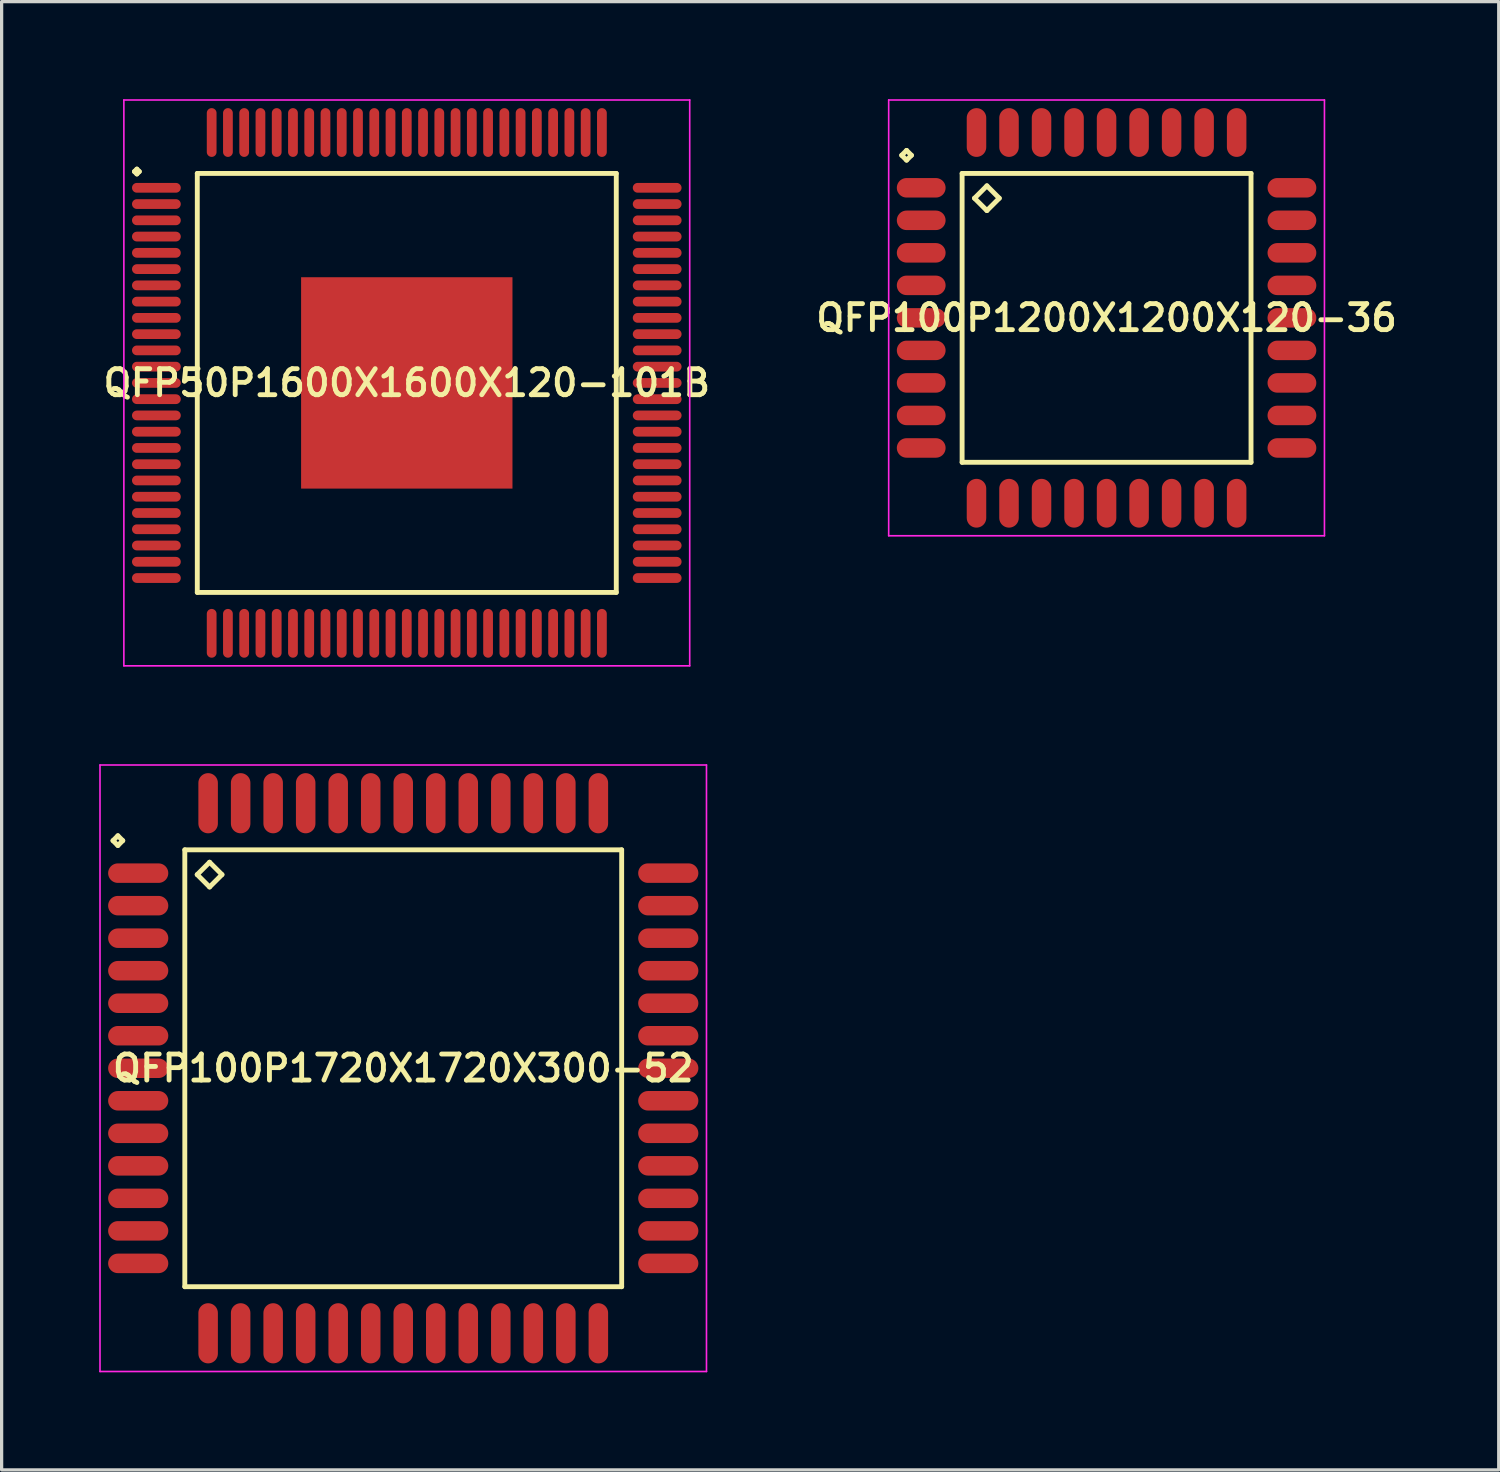
<source format=kicad_pcb>
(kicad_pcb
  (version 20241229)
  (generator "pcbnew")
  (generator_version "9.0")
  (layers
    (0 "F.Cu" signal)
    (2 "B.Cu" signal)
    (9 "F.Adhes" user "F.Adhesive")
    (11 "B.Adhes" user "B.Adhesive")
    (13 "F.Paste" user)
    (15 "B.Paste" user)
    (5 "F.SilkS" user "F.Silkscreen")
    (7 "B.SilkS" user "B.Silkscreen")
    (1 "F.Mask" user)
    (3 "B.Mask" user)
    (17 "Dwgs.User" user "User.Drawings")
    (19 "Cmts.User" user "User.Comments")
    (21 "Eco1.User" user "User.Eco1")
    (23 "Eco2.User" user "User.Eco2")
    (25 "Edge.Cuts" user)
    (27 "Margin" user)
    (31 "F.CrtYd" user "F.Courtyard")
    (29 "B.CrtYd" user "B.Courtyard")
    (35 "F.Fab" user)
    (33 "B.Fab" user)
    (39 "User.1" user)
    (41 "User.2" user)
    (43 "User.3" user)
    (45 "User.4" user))
  (footprint "QFP50P1600X1600X120-101B"
    (layer "F.Cu")
    (at 9.459 8.725)
    (property "Reference" "QFP50P1600X1600X120-101B" (at 0 0 0) (layer "F.SilkS") (effects (font (size 0.8 0.8) (thickness 0.15))))
    (attr smd)
    (fp_line (start -8.375 -6.5) (end -8.3 -6.575) (stroke (width 0.15) (type solid)) (layer "F.SilkS"))
    (fp_line (start -8.3 -6.575) (end -8.225 -6.5) (stroke (width 0.15) (type solid)) (layer "F.SilkS"))
    (fp_line (start -8.3 -6.425) (end -8.375 -6.5) (stroke (width 0.15) (type solid)) (layer "F.SilkS"))
    (fp_line (start -8.225 -6.5) (end -8.3 -6.425) (stroke (width 0.15) (type solid)) (layer "F.SilkS"))
    (fp_line (start -6.442 -6.442) (end -6.442 6.442) (stroke (width 0.15) (type solid)) (layer "F.SilkS"))
    (fp_line (start -6.442 6.442) (end 6.442 6.442) (stroke (width 0.15) (type solid)) (layer "F.SilkS"))
    (fp_line (start 6.442 -6.442) (end -6.442 -6.442) (stroke (width 0.15) (type solid)) (layer "F.SilkS"))
    (fp_line (start 6.442 6.442) (end 6.442 -6.442) (stroke (width 0.15) (type solid)) (layer "F.SilkS"))
    (fp_line (start -8.7 -8.7) (end 8.7 -8.7) (stroke (width 0.05) (type solid)) (layer "F.CrtYd"))
    (fp_line (start -8.7 8.7) (end -8.7 -8.7) (stroke (width 0.05) (type solid)) (layer "F.CrtYd"))
    (fp_line (start 8.7 -8.7) (end 8.7 8.7) (stroke (width 0.05) (type solid)) (layer "F.CrtYd"))
    (fp_line (start 8.7 8.7) (end -8.7 8.7) (stroke (width 0.05) (type solid)) (layer "F.CrtYd"))
    (pad "1" smd oval (at -7.7 -6) (size 1.5 0.3) (layers "F.Cu" "F.Mask" "F.Paste"))
    (pad "2" smd oval (at -7.7 -5.5) (size 1.5 0.3) (layers "F.Cu" "F.Mask" "F.Paste"))
    (pad "3" smd oval (at -7.7 -5) (size 1.5 0.3) (layers "F.Cu" "F.Mask" "F.Paste"))
    (pad "4" smd oval (at -7.7 -4.5) (size 1.5 0.3) (layers "F.Cu" "F.Mask" "F.Paste"))
    (pad "5" smd oval (at -7.7 -4) (size 1.5 0.3) (layers "F.Cu" "F.Mask" "F.Paste"))
    (pad "6" smd oval (at -7.7 -3.5) (size 1.5 0.3) (layers "F.Cu" "F.Mask" "F.Paste"))
    (pad "7" smd oval (at -7.7 -3) (size 1.5 0.3) (layers "F.Cu" "F.Mask" "F.Paste"))
    (pad "8" smd oval (at -7.7 -2.5) (size 1.5 0.3) (layers "F.Cu" "F.Mask" "F.Paste"))
    (pad "9" smd oval (at -7.7 -2) (size 1.5 0.3) (layers "F.Cu" "F.Mask" "F.Paste"))
    (pad "10" smd oval (at -7.7 -1.5) (size 1.5 0.3) (layers "F.Cu" "F.Mask" "F.Paste"))
    (pad "11" smd oval (at -7.7 -1) (size 1.5 0.3) (layers "F.Cu" "F.Mask" "F.Paste"))
    (pad "12" smd oval (at -7.7 -0.5) (size 1.5 0.3) (layers "F.Cu" "F.Mask" "F.Paste"))
    (pad "13" smd oval (at -7.7 0) (size 1.5 0.3) (layers "F.Cu" "F.Mask" "F.Paste"))
    (pad "14" smd oval (at -7.7 0.5) (size 1.5 0.3) (layers "F.Cu" "F.Mask" "F.Paste"))
    (pad "15" smd oval (at -7.7 1) (size 1.5 0.3) (layers "F.Cu" "F.Mask" "F.Paste"))
    (pad "16" smd oval (at -7.7 1.5) (size 1.5 0.3) (layers "F.Cu" "F.Mask" "F.Paste"))
    (pad "17" smd oval (at -7.7 2) (size 1.5 0.3) (layers "F.Cu" "F.Mask" "F.Paste"))
    (pad "18" smd oval (at -7.7 2.5) (size 1.5 0.3) (layers "F.Cu" "F.Mask" "F.Paste"))
    (pad "19" smd oval (at -7.7 3) (size 1.5 0.3) (layers "F.Cu" "F.Mask" "F.Paste"))
    (pad "20" smd oval (at -7.7 3.5) (size 1.5 0.3) (layers "F.Cu" "F.Mask" "F.Paste"))
    (pad "21" smd oval (at -7.7 4) (size 1.5 0.3) (layers "F.Cu" "F.Mask" "F.Paste"))
    (pad "22" smd oval (at -7.7 4.5) (size 1.5 0.3) (layers "F.Cu" "F.Mask" "F.Paste"))
    (pad "23" smd oval (at -7.7 5) (size 1.5 0.3) (layers "F.Cu" "F.Mask" "F.Paste"))
    (pad "24" smd oval (at -7.7 5.5) (size 1.5 0.3) (layers "F.Cu" "F.Mask" "F.Paste"))
    (pad "25" smd oval (at -7.7 6) (size 1.5 0.3) (layers "F.Cu" "F.Mask" "F.Paste"))
    (pad "26" smd oval (at -6 7.7) (size 0.3 1.5) (layers "F.Cu" "F.Mask" "F.Paste"))
    (pad "27" smd oval (at -5.5 7.7) (size 0.3 1.5) (layers "F.Cu" "F.Mask" "F.Paste"))
    (pad "28" smd oval (at -5 7.7) (size 0.3 1.5) (layers "F.Cu" "F.Mask" "F.Paste"))
    (pad "29" smd oval (at -4.5 7.7) (size 0.3 1.5) (layers "F.Cu" "F.Mask" "F.Paste"))
    (pad "30" smd oval (at -4 7.7) (size 0.3 1.5) (layers "F.Cu" "F.Mask" "F.Paste"))
    (pad "31" smd oval (at -3.5 7.7) (size 0.3 1.5) (layers "F.Cu" "F.Mask" "F.Paste"))
    (pad "32" smd oval (at -3 7.7) (size 0.3 1.5) (layers "F.Cu" "F.Mask" "F.Paste"))
    (pad "33" smd oval (at -2.5 7.7) (size 0.3 1.5) (layers "F.Cu" "F.Mask" "F.Paste"))
    (pad "34" smd oval (at -2 7.7) (size 0.3 1.5) (layers "F.Cu" "F.Mask" "F.Paste"))
    (pad "35" smd oval (at -1.5 7.7) (size 0.3 1.5) (layers "F.Cu" "F.Mask" "F.Paste"))
    (pad "36" smd oval (at -1 7.7) (size 0.3 1.5) (layers "F.Cu" "F.Mask" "F.Paste"))
    (pad "37" smd oval (at -0.5 7.7) (size 0.3 1.5) (layers "F.Cu" "F.Mask" "F.Paste"))
    (pad "38" smd oval (at 0 7.7) (size 0.3 1.5) (layers "F.Cu" "F.Mask" "F.Paste"))
    (pad "39" smd oval (at 0.5 7.7) (size 0.3 1.5) (layers "F.Cu" "F.Mask" "F.Paste"))
    (pad "40" smd oval (at 1 7.7) (size 0.3 1.5) (layers "F.Cu" "F.Mask" "F.Paste"))
    (pad "41" smd oval (at 1.5 7.7) (size 0.3 1.5) (layers "F.Cu" "F.Mask" "F.Paste"))
    (pad "42" smd oval (at 2 7.7) (size 0.3 1.5) (layers "F.Cu" "F.Mask" "F.Paste"))
    (pad "43" smd oval (at 2.5 7.7) (size 0.3 1.5) (layers "F.Cu" "F.Mask" "F.Paste"))
    (pad "44" smd oval (at 3 7.7) (size 0.3 1.5) (layers "F.Cu" "F.Mask" "F.Paste"))
    (pad "45" smd oval (at 3.5 7.7) (size 0.3 1.5) (layers "F.Cu" "F.Mask" "F.Paste"))
    (pad "46" smd oval (at 4 7.7) (size 0.3 1.5) (layers "F.Cu" "F.Mask" "F.Paste"))
    (pad "47" smd oval (at 4.5 7.7) (size 0.3 1.5) (layers "F.Cu" "F.Mask" "F.Paste"))
    (pad "48" smd oval (at 5 7.7) (size 0.3 1.5) (layers "F.Cu" "F.Mask" "F.Paste"))
    (pad "49" smd oval (at 5.5 7.7) (size 0.3 1.5) (layers "F.Cu" "F.Mask" "F.Paste"))
    (pad "50" smd oval (at 6 7.7) (size 0.3 1.5) (layers "F.Cu" "F.Mask" "F.Paste"))
    (pad "51" smd oval (at 7.7 6) (size 1.5 0.3) (layers "F.Cu" "F.Mask" "F.Paste"))
    (pad "52" smd oval (at 7.7 5.5) (size 1.5 0.3) (layers "F.Cu" "F.Mask" "F.Paste"))
    (pad "53" smd oval (at 7.7 5) (size 1.5 0.3) (layers "F.Cu" "F.Mask" "F.Paste"))
    (pad "54" smd oval (at 7.7 4.5) (size 1.5 0.3) (layers "F.Cu" "F.Mask" "F.Paste"))
    (pad "55" smd oval (at 7.7 4) (size 1.5 0.3) (layers "F.Cu" "F.Mask" "F.Paste"))
    (pad "56" smd oval (at 7.7 3.5) (size 1.5 0.3) (layers "F.Cu" "F.Mask" "F.Paste"))
    (pad "57" smd oval (at 7.7 3) (size 1.5 0.3) (layers "F.Cu" "F.Mask" "F.Paste"))
    (pad "58" smd oval (at 7.7 2.5) (size 1.5 0.3) (layers "F.Cu" "F.Mask" "F.Paste"))
    (pad "59" smd oval (at 7.7 2) (size 1.5 0.3) (layers "F.Cu" "F.Mask" "F.Paste"))
    (pad "60" smd oval (at 7.7 1.5) (size 1.5 0.3) (layers "F.Cu" "F.Mask" "F.Paste"))
    (pad "61" smd oval (at 7.7 1) (size 1.5 0.3) (layers "F.Cu" "F.Mask" "F.Paste"))
    (pad "62" smd oval (at 7.7 0.5) (size 1.5 0.3) (layers "F.Cu" "F.Mask" "F.Paste"))
    (pad "63" smd oval (at 7.7 0) (size 1.5 0.3) (layers "F.Cu" "F.Mask" "F.Paste"))
    (pad "64" smd oval (at 7.7 -0.5) (size 1.5 0.3) (layers "F.Cu" "F.Mask" "F.Paste"))
    (pad "65" smd oval (at 7.7 -1) (size 1.5 0.3) (layers "F.Cu" "F.Mask" "F.Paste"))
    (pad "66" smd oval (at 7.7 -1.5) (size 1.5 0.3) (layers "F.Cu" "F.Mask" "F.Paste"))
    (pad "67" smd oval (at 7.7 -2) (size 1.5 0.3) (layers "F.Cu" "F.Mask" "F.Paste"))
    (pad "68" smd oval (at 7.7 -2.5) (size 1.5 0.3) (layers "F.Cu" "F.Mask" "F.Paste"))
    (pad "69" smd oval (at 7.7 -3) (size 1.5 0.3) (layers "F.Cu" "F.Mask" "F.Paste"))
    (pad "70" smd oval (at 7.7 -3.5) (size 1.5 0.3) (layers "F.Cu" "F.Mask" "F.Paste"))
    (pad "71" smd oval (at 7.7 -4) (size 1.5 0.3) (layers "F.Cu" "F.Mask" "F.Paste"))
    (pad "72" smd oval (at 7.7 -4.5) (size 1.5 0.3) (layers "F.Cu" "F.Mask" "F.Paste"))
    (pad "73" smd oval (at 7.7 -5) (size 1.5 0.3) (layers "F.Cu" "F.Mask" "F.Paste"))
    (pad "74" smd oval (at 7.7 -5.5) (size 1.5 0.3) (layers "F.Cu" "F.Mask" "F.Paste"))
    (pad "75" smd oval (at 7.7 -6) (size 1.5 0.3) (layers "F.Cu" "F.Mask" "F.Paste"))
    (pad "76" smd oval (at 6 -7.7) (size 0.3 1.5) (layers "F.Cu" "F.Mask" "F.Paste"))
    (pad "77" smd oval (at 5.5 -7.7) (size 0.3 1.5) (layers "F.Cu" "F.Mask" "F.Paste"))
    (pad "78" smd oval (at 5 -7.7) (size 0.3 1.5) (layers "F.Cu" "F.Mask" "F.Paste"))
    (pad "79" smd oval (at 4.5 -7.7) (size 0.3 1.5) (layers "F.Cu" "F.Mask" "F.Paste"))
    (pad "80" smd oval (at 4 -7.7) (size 0.3 1.5) (layers "F.Cu" "F.Mask" "F.Paste"))
    (pad "81" smd oval (at 3.5 -7.7) (size 0.3 1.5) (layers "F.Cu" "F.Mask" "F.Paste"))
    (pad "82" smd oval (at 3 -7.7) (size 0.3 1.5) (layers "F.Cu" "F.Mask" "F.Paste"))
    (pad "83" smd oval (at 2.5 -7.7) (size 0.3 1.5) (layers "F.Cu" "F.Mask" "F.Paste"))
    (pad "84" smd oval (at 2 -7.7) (size 0.3 1.5) (layers "F.Cu" "F.Mask" "F.Paste"))
    (pad "85" smd oval (at 1.5 -7.7) (size 0.3 1.5) (layers "F.Cu" "F.Mask" "F.Paste"))
    (pad "86" smd oval (at 1 -7.7) (size 0.3 1.5) (layers "F.Cu" "F.Mask" "F.Paste"))
    (pad "87" smd oval (at 0.5 -7.7) (size 0.3 1.5) (layers "F.Cu" "F.Mask" "F.Paste"))
    (pad "88" smd oval (at 0 -7.7) (size 0.3 1.5) (layers "F.Cu" "F.Mask" "F.Paste"))
    (pad "89" smd oval (at -0.5 -7.7) (size 0.3 1.5) (layers "F.Cu" "F.Mask" "F.Paste"))
    (pad "90" smd oval (at -1 -7.7) (size 0.3 1.5) (layers "F.Cu" "F.Mask" "F.Paste"))
    (pad "91" smd oval (at -1.5 -7.7) (size 0.3 1.5) (layers "F.Cu" "F.Mask" "F.Paste"))
    (pad "92" smd oval (at -2 -7.7) (size 0.3 1.5) (layers "F.Cu" "F.Mask" "F.Paste"))
    (pad "93" smd oval (at -2.5 -7.7) (size 0.3 1.5) (layers "F.Cu" "F.Mask" "F.Paste"))
    (pad "94" smd oval (at -3 -7.7) (size 0.3 1.5) (layers "F.Cu" "F.Mask" "F.Paste"))
    (pad "95" smd oval (at -3.5 -7.7) (size 0.3 1.5) (layers "F.Cu" "F.Mask" "F.Paste"))
    (pad "96" smd oval (at -4 -7.7) (size 0.3 1.5) (layers "F.Cu" "F.Mask" "F.Paste"))
    (pad "97" smd oval (at -4.5 -7.7) (size 0.3 1.5) (layers "F.Cu" "F.Mask" "F.Paste"))
    (pad "98" smd oval (at -5 -7.7) (size 0.3 1.5) (layers "F.Cu" "F.Mask" "F.Paste"))
    (pad "99" smd oval (at -5.5 -7.7) (size 0.3 1.5) (layers "F.Cu" "F.Mask" "F.Paste"))
    (pad "100" smd oval (at -6 -7.7) (size 0.3 1.5) (layers "F.Cu" "F.Mask" "F.Paste"))
    (pad "101" smd rect (at 0 0) (size 6.5 6.5) (layers "F.Cu" "F.Mask" "F.Paste")))
  (footprint "QFP100P1200X1200X120-36"
    (layer "F.Cu")
    (at 30.978 6.725)
    (property "Reference" "QFP100P1200X1200X120-36" (at 0 0 0) (layer "F.SilkS") (effects (font (size 0.8 0.8) (thickness 0.15))))
    (attr smd)
    (fp_line (start -6.3 -5) (end -6.15 -5.15) (stroke (width 0.15) (type solid)) (layer "F.SilkS"))
    (fp_line (start -6.15 -5.15) (end -6 -5) (stroke (width 0.15) (type solid)) (layer "F.SilkS"))
    (fp_line (start -6.15 -4.85) (end -6.3 -5) (stroke (width 0.15) (type solid)) (layer "F.SilkS"))
    (fp_line (start -6 -5) (end -6.15 -4.85) (stroke (width 0.15) (type solid)) (layer "F.SilkS"))
    (fp_line (start -4.442 -4.442) (end -4.442 4.442) (stroke (width 0.15) (type solid)) (layer "F.SilkS"))
    (fp_line (start -4.442 4.442) (end 4.442 4.442) (stroke (width 0.15) (type solid)) (layer "F.SilkS"))
    (fp_line (start -4.061 -3.68) (end -3.68 -4.061) (stroke (width 0.15) (type solid)) (layer "F.SilkS"))
    (fp_line (start -3.68 -4.061) (end -3.299 -3.68) (stroke (width 0.15) (type solid)) (layer "F.SilkS"))
    (fp_line (start -3.68 -3.299) (end -4.061 -3.68) (stroke (width 0.15) (type solid)) (layer "F.SilkS"))
    (fp_line (start -3.299 -3.68) (end -3.68 -3.299) (stroke (width 0.15) (type solid)) (layer "F.SilkS"))
    (fp_line (start 4.442 -4.442) (end -4.442 -4.442) (stroke (width 0.15) (type solid)) (layer "F.SilkS"))
    (fp_line (start 4.442 4.442) (end 4.442 -4.442) (stroke (width 0.15) (type solid)) (layer "F.SilkS"))
    (fp_line (start -6.7 -6.7) (end 6.7 -6.7) (stroke (width 0.05) (type solid)) (layer "F.CrtYd"))
    (fp_line (start -6.7 6.7) (end -6.7 -6.7) (stroke (width 0.05) (type solid)) (layer "F.CrtYd"))
    (fp_line (start 6.7 -6.7) (end 6.7 6.7) (stroke (width 0.05) (type solid)) (layer "F.CrtYd"))
    (fp_line (start 6.7 6.7) (end -6.7 6.7) (stroke (width 0.05) (type solid)) (layer "F.CrtYd"))
    (pad "1" smd oval (at -5.7 -4) (size 1.5 0.6) (layers "F.Cu" "F.Mask" "F.Paste"))
    (pad "2" smd oval (at -5.7 -3) (size 1.5 0.6) (layers "F.Cu" "F.Mask" "F.Paste"))
    (pad "3" smd oval (at -5.7 -2) (size 1.5 0.6) (layers "F.Cu" "F.Mask" "F.Paste"))
    (pad "4" smd oval (at -5.7 -1) (size 1.5 0.6) (layers "F.Cu" "F.Mask" "F.Paste"))
    (pad "5" smd oval (at -5.7 0) (size 1.5 0.6) (layers "F.Cu" "F.Mask" "F.Paste"))
    (pad "6" smd oval (at -5.7 1) (size 1.5 0.6) (layers "F.Cu" "F.Mask" "F.Paste"))
    (pad "7" smd oval (at -5.7 2) (size 1.5 0.6) (layers "F.Cu" "F.Mask" "F.Paste"))
    (pad "8" smd oval (at -5.7 3) (size 1.5 0.6) (layers "F.Cu" "F.Mask" "F.Paste"))
    (pad "9" smd oval (at -5.7 4) (size 1.5 0.6) (layers "F.Cu" "F.Mask" "F.Paste"))
    (pad "10" smd oval (at -4 5.7) (size 0.6 1.5) (layers "F.Cu" "F.Mask" "F.Paste"))
    (pad "11" smd oval (at -3 5.7) (size 0.6 1.5) (layers "F.Cu" "F.Mask" "F.Paste"))
    (pad "12" smd oval (at -2 5.7) (size 0.6 1.5) (layers "F.Cu" "F.Mask" "F.Paste"))
    (pad "13" smd oval (at -1 5.7) (size 0.6 1.5) (layers "F.Cu" "F.Mask" "F.Paste"))
    (pad "14" smd oval (at 0 5.7) (size 0.6 1.5) (layers "F.Cu" "F.Mask" "F.Paste"))
    (pad "15" smd oval (at 1 5.7) (size 0.6 1.5) (layers "F.Cu" "F.Mask" "F.Paste"))
    (pad "16" smd oval (at 2 5.7) (size 0.6 1.5) (layers "F.Cu" "F.Mask" "F.Paste"))
    (pad "17" smd oval (at 3 5.7) (size 0.6 1.5) (layers "F.Cu" "F.Mask" "F.Paste"))
    (pad "18" smd oval (at 4 5.7) (size 0.6 1.5) (layers "F.Cu" "F.Mask" "F.Paste"))
    (pad "19" smd oval (at 5.7 4) (size 1.5 0.6) (layers "F.Cu" "F.Mask" "F.Paste"))
    (pad "20" smd oval (at 5.7 3) (size 1.5 0.6) (layers "F.Cu" "F.Mask" "F.Paste"))
    (pad "21" smd oval (at 5.7 2) (size 1.5 0.6) (layers "F.Cu" "F.Mask" "F.Paste"))
    (pad "22" smd oval (at 5.7 1) (size 1.5 0.6) (layers "F.Cu" "F.Mask" "F.Paste"))
    (pad "23" smd oval (at 5.7 0) (size 1.5 0.6) (layers "F.Cu" "F.Mask" "F.Paste"))
    (pad "24" smd oval (at 5.7 -1) (size 1.5 0.6) (layers "F.Cu" "F.Mask" "F.Paste"))
    (pad "25" smd oval (at 5.7 -2) (size 1.5 0.6) (layers "F.Cu" "F.Mask" "F.Paste"))
    (pad "26" smd oval (at 5.7 -3) (size 1.5 0.6) (layers "F.Cu" "F.Mask" "F.Paste"))
    (pad "27" smd oval (at 5.7 -4) (size 1.5 0.6) (layers "F.Cu" "F.Mask" "F.Paste"))
    (pad "28" smd oval (at 4 -5.7) (size 0.6 1.5) (layers "F.Cu" "F.Mask" "F.Paste"))
    (pad "29" smd oval (at 3 -5.7) (size 0.6 1.5) (layers "F.Cu" "F.Mask" "F.Paste"))
    (pad "30" smd oval (at 2 -5.7) (size 0.6 1.5) (layers "F.Cu" "F.Mask" "F.Paste"))
    (pad "31" smd oval (at 1 -5.7) (size 0.6 1.5) (layers "F.Cu" "F.Mask" "F.Paste"))
    (pad "32" smd oval (at 0 -5.7) (size 0.6 1.5) (layers "F.Cu" "F.Mask" "F.Paste"))
    (pad "33" smd oval (at -1 -5.7) (size 0.6 1.5) (layers "F.Cu" "F.Mask" "F.Paste"))
    (pad "34" smd oval (at -2 -5.7) (size 0.6 1.5) (layers "F.Cu" "F.Mask" "F.Paste"))
    (pad "35" smd oval (at -3 -5.7) (size 0.6 1.5) (layers "F.Cu" "F.Mask" "F.Paste"))
    (pad "36" smd oval (at -4 -5.7) (size 0.6 1.5) (layers "F.Cu" "F.Mask" "F.Paste")))
  (footprint "QFP100P1720X1720X300-52"
    (layer "F.Cu")
    (at 9.35 29.8)
    (property "Reference" "QFP100P1720X1720X300-52" (at 0 0 0) (layer "F.SilkS") (effects (font (size 0.8 0.8) (thickness 0.15))))
    (attr smd)
    (fp_line (start -8.925 -7) (end -8.775 -7.15) (stroke (width 0.15) (type solid)) (layer "F.SilkS"))
    (fp_line (start -8.775 -7.15) (end -8.625 -7) (stroke (width 0.15) (type solid)) (layer "F.SilkS"))
    (fp_line (start -8.775 -6.85) (end -8.925 -7) (stroke (width 0.15) (type solid)) (layer "F.SilkS"))
    (fp_line (start -8.625 -7) (end -8.775 -6.85) (stroke (width 0.15) (type solid)) (layer "F.SilkS"))
    (fp_line (start -6.717 -6.717) (end -6.717 6.717) (stroke (width 0.15) (type solid)) (layer "F.SilkS"))
    (fp_line (start -6.717 6.717) (end 6.717 6.717) (stroke (width 0.15) (type solid)) (layer "F.SilkS"))
    (fp_line (start -6.336 -5.955) (end -5.955 -6.336) (stroke (width 0.15) (type solid)) (layer "F.SilkS"))
    (fp_line (start -5.955 -6.336) (end -5.574 -5.955) (stroke (width 0.15) (type solid)) (layer "F.SilkS"))
    (fp_line (start -5.955 -5.574) (end -6.336 -5.955) (stroke (width 0.15) (type solid)) (layer "F.SilkS"))
    (fp_line (start -5.574 -5.955) (end -5.955 -5.574) (stroke (width 0.15) (type solid)) (layer "F.SilkS"))
    (fp_line (start 6.717 -6.717) (end -6.717 -6.717) (stroke (width 0.15) (type solid)) (layer "F.SilkS"))
    (fp_line (start 6.717 6.717) (end 6.717 -6.717) (stroke (width 0.15) (type solid)) (layer "F.SilkS"))
    (fp_line (start -9.325 -9.325) (end 9.325 -9.325) (stroke (width 0.05) (type solid)) (layer "F.CrtYd"))
    (fp_line (start -9.325 9.325) (end -9.325 -9.325) (stroke (width 0.05) (type solid)) (layer "F.CrtYd"))
    (fp_line (start 9.325 -9.325) (end 9.325 9.325) (stroke (width 0.05) (type solid)) (layer "F.CrtYd"))
    (fp_line (start 9.325 9.325) (end -9.325 9.325) (stroke (width 0.05) (type solid)) (layer "F.CrtYd"))
    (pad "1" smd oval (at -8.15 -6) (size 1.85 0.6) (layers "F.Cu" "F.Mask" "F.Paste"))
    (pad "2" smd oval (at -8.15 -5) (size 1.85 0.6) (layers "F.Cu" "F.Mask" "F.Paste"))
    (pad "3" smd oval (at -8.15 -4) (size 1.85 0.6) (layers "F.Cu" "F.Mask" "F.Paste"))
    (pad "4" smd oval (at -8.15 -3) (size 1.85 0.6) (layers "F.Cu" "F.Mask" "F.Paste"))
    (pad "5" smd oval (at -8.15 -2) (size 1.85 0.6) (layers "F.Cu" "F.Mask" "F.Paste"))
    (pad "6" smd oval (at -8.15 -1) (size 1.85 0.6) (layers "F.Cu" "F.Mask" "F.Paste"))
    (pad "7" smd oval (at -8.15 0) (size 1.85 0.6) (layers "F.Cu" "F.Mask" "F.Paste"))
    (pad "8" smd oval (at -8.15 1) (size 1.85 0.6) (layers "F.Cu" "F.Mask" "F.Paste"))
    (pad "9" smd oval (at -8.15 2) (size 1.85 0.6) (layers "F.Cu" "F.Mask" "F.Paste"))
    (pad "10" smd oval (at -8.15 3) (size 1.85 0.6) (layers "F.Cu" "F.Mask" "F.Paste"))
    (pad "11" smd oval (at -8.15 4) (size 1.85 0.6) (layers "F.Cu" "F.Mask" "F.Paste"))
    (pad "12" smd oval (at -8.15 5) (size 1.85 0.6) (layers "F.Cu" "F.Mask" "F.Paste"))
    (pad "13" smd oval (at -8.15 6) (size 1.85 0.6) (layers "F.Cu" "F.Mask" "F.Paste"))
    (pad "14" smd oval (at -6 8.15) (size 0.6 1.85) (layers "F.Cu" "F.Mask" "F.Paste"))
    (pad "15" smd oval (at -5 8.15) (size 0.6 1.85) (layers "F.Cu" "F.Mask" "F.Paste"))
    (pad "16" smd oval (at -4 8.15) (size 0.6 1.85) (layers "F.Cu" "F.Mask" "F.Paste"))
    (pad "17" smd oval (at -3 8.15) (size 0.6 1.85) (layers "F.Cu" "F.Mask" "F.Paste"))
    (pad "18" smd oval (at -2 8.15) (size 0.6 1.85) (layers "F.Cu" "F.Mask" "F.Paste"))
    (pad "19" smd oval (at -1 8.15) (size 0.6 1.85) (layers "F.Cu" "F.Mask" "F.Paste"))
    (pad "20" smd oval (at 0 8.15) (size 0.6 1.85) (layers "F.Cu" "F.Mask" "F.Paste"))
    (pad "21" smd oval (at 1 8.15) (size 0.6 1.85) (layers "F.Cu" "F.Mask" "F.Paste"))
    (pad "22" smd oval (at 2 8.15) (size 0.6 1.85) (layers "F.Cu" "F.Mask" "F.Paste"))
    (pad "23" smd oval (at 3 8.15) (size 0.6 1.85) (layers "F.Cu" "F.Mask" "F.Paste"))
    (pad "24" smd oval (at 4 8.15) (size 0.6 1.85) (layers "F.Cu" "F.Mask" "F.Paste"))
    (pad "25" smd oval (at 5 8.15) (size 0.6 1.85) (layers "F.Cu" "F.Mask" "F.Paste"))
    (pad "26" smd oval (at 6 8.15) (size 0.6 1.85) (layers "F.Cu" "F.Mask" "F.Paste"))
    (pad "27" smd oval (at 8.15 6) (size 1.85 0.6) (layers "F.Cu" "F.Mask" "F.Paste"))
    (pad "28" smd oval (at 8.15 5) (size 1.85 0.6) (layers "F.Cu" "F.Mask" "F.Paste"))
    (pad "29" smd oval (at 8.15 4) (size 1.85 0.6) (layers "F.Cu" "F.Mask" "F.Paste"))
    (pad "30" smd oval (at 8.15 3) (size 1.85 0.6) (layers "F.Cu" "F.Mask" "F.Paste"))
    (pad "31" smd oval (at 8.15 2) (size 1.85 0.6) (layers "F.Cu" "F.Mask" "F.Paste"))
    (pad "32" smd oval (at 8.15 1) (size 1.85 0.6) (layers "F.Cu" "F.Mask" "F.Paste"))
    (pad "33" smd oval (at 8.15 0) (size 1.85 0.6) (layers "F.Cu" "F.Mask" "F.Paste"))
    (pad "34" smd oval (at 8.15 -1) (size 1.85 0.6) (layers "F.Cu" "F.Mask" "F.Paste"))
    (pad "35" smd oval (at 8.15 -2) (size 1.85 0.6) (layers "F.Cu" "F.Mask" "F.Paste"))
    (pad "36" smd oval (at 8.15 -3) (size 1.85 0.6) (layers "F.Cu" "F.Mask" "F.Paste"))
    (pad "37" smd oval (at 8.15 -4) (size 1.85 0.6) (layers "F.Cu" "F.Mask" "F.Paste"))
    (pad "38" smd oval (at 8.15 -5) (size 1.85 0.6) (layers "F.Cu" "F.Mask" "F.Paste"))
    (pad "39" smd oval (at 8.15 -6) (size 1.85 0.6) (layers "F.Cu" "F.Mask" "F.Paste"))
    (pad "40" smd oval (at 6 -8.15) (size 0.6 1.85) (layers "F.Cu" "F.Mask" "F.Paste"))
    (pad "41" smd oval (at 5 -8.15) (size 0.6 1.85) (layers "F.Cu" "F.Mask" "F.Paste"))
    (pad "42" smd oval (at 4 -8.15) (size 0.6 1.85) (layers "F.Cu" "F.Mask" "F.Paste"))
    (pad "43" smd oval (at 3 -8.15) (size 0.6 1.85) (layers "F.Cu" "F.Mask" "F.Paste"))
    (pad "44" smd oval (at 2 -8.15) (size 0.6 1.85) (layers "F.Cu" "F.Mask" "F.Paste"))
    (pad "45" smd oval (at 1 -8.15) (size 0.6 1.85) (layers "F.Cu" "F.Mask" "F.Paste"))
    (pad "46" smd oval (at 0 -8.15) (size 0.6 1.85) (layers "F.Cu" "F.Mask" "F.Paste"))
    (pad "47" smd oval (at -1 -8.15) (size 0.6 1.85) (layers "F.Cu" "F.Mask" "F.Paste"))
    (pad "48" smd oval (at -2 -8.15) (size 0.6 1.85) (layers "F.Cu" "F.Mask" "F.Paste"))
    (pad "49" smd oval (at -3 -8.15) (size 0.6 1.85) (layers "F.Cu" "F.Mask" "F.Paste"))
    (pad "50" smd oval (at -4 -8.15) (size 0.6 1.85) (layers "F.Cu" "F.Mask" "F.Paste"))
    (pad "51" smd oval (at -5 -8.15) (size 0.6 1.85) (layers "F.Cu" "F.Mask" "F.Paste"))
    (pad "52" smd oval (at -6 -8.15) (size 0.6 1.85) (layers "F.Cu" "F.Mask" "F.Paste")))
  (gr_rect
    (start -3 -3)
    (end 43.037 42.15)
    (stroke (width 0.1) (type default))
    (fill no)
    (layer "Edge.Cuts")))
</source>
